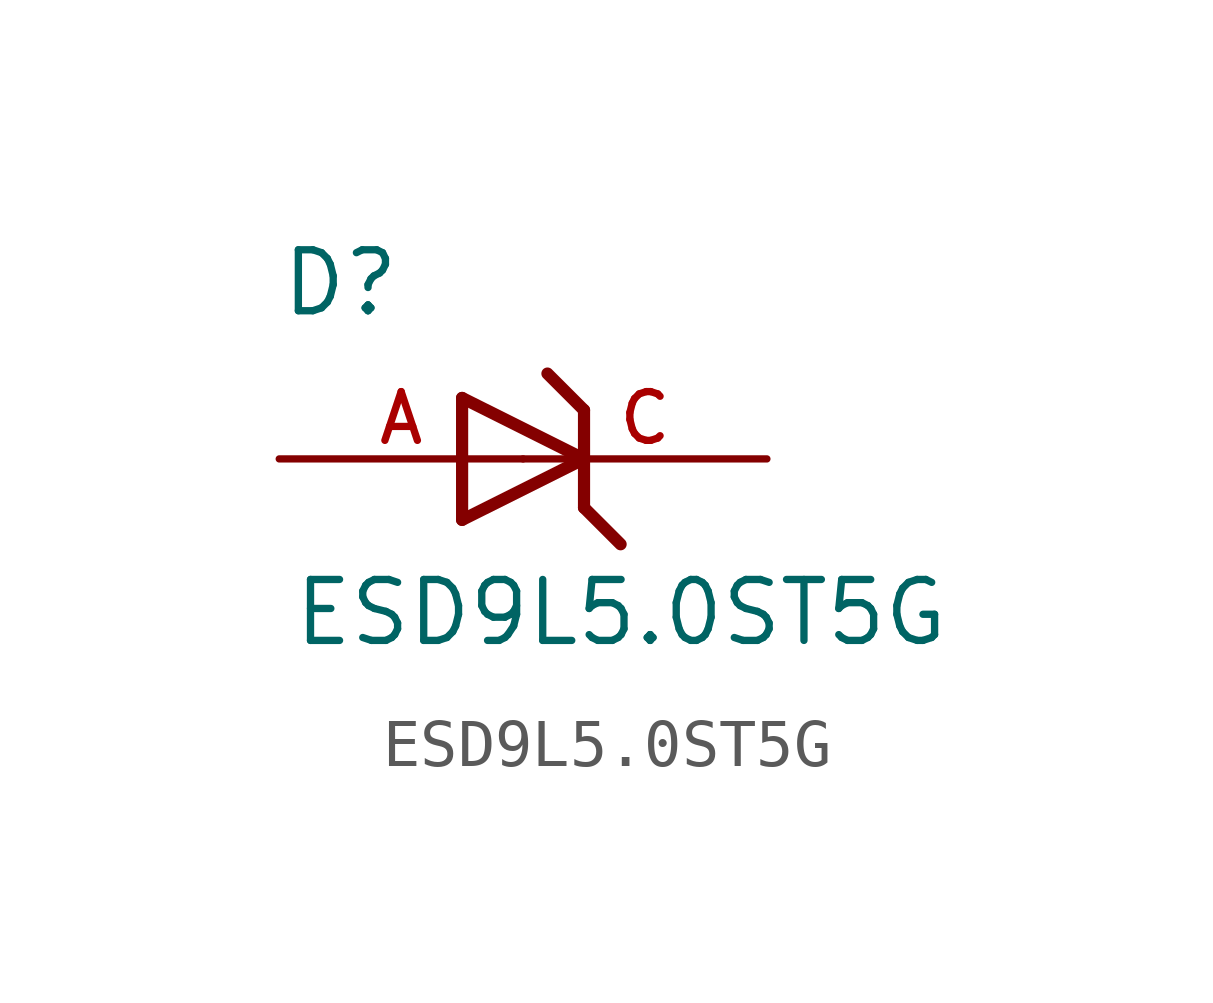
<source format=kicad_sym>
(kicad_symbol_lib
  (version 20211014)
  (generator kicad_symbol_editor)
  (symbol "ESD9L5.0ST5G"
    (pin_names
      (offset 1.016))
    (property "Reference" "D"
      (at -5.084 2.924 0)
      (effects (font (size 1.27 1.27)) (justify bottom left)))
    (property "Value" "ESD9L5.0ST5G"
      (at -4.831 -3.945 0)
      (effects (font (size 1.27 1.27)) (justify bottom left)))
    (symbol "ESD9L5.0ST5G_0_0"
      (polyline (pts (xy -1.27 -1.27) (xy 1.27 0.0)) (stroke (width 0.254)))
      (polyline (pts (xy 1.27 0.0) (xy -1.27 1.27)) (stroke (width 0.254)))
      (polyline (pts (xy 1.27 1.016) (xy 1.27 0.0)) (stroke (width 0.254)))
      (polyline (pts (xy -1.27 1.27) (xy -1.27 -1.27)) (stroke (width 0.254)))
      (polyline (pts (xy 1.27 0.0) (xy 1.27 -1.016)) (stroke (width 0.254)))
      (polyline (pts (xy 1.27 1.016) (xy 0.508 1.778)) (stroke (width 0.254)))
      (polyline (pts (xy 1.27 -1.016) (xy 2.032 -1.778)) (stroke (width 0.254)))
      (pin passive line (at -5.08 0.0 0) (length 5.08) (name "~" (effects (font (size 1.016 1.016)))) (number "A" (effects (font (size 1.016 1.016)))))
      (pin passive line (at 5.08 0.0 180.0) (length 5.08) (name "~" (effects (font (size 1.016 1.016)))) (number "C" (effects (font (size 1.016 1.016))))))))
</source>
